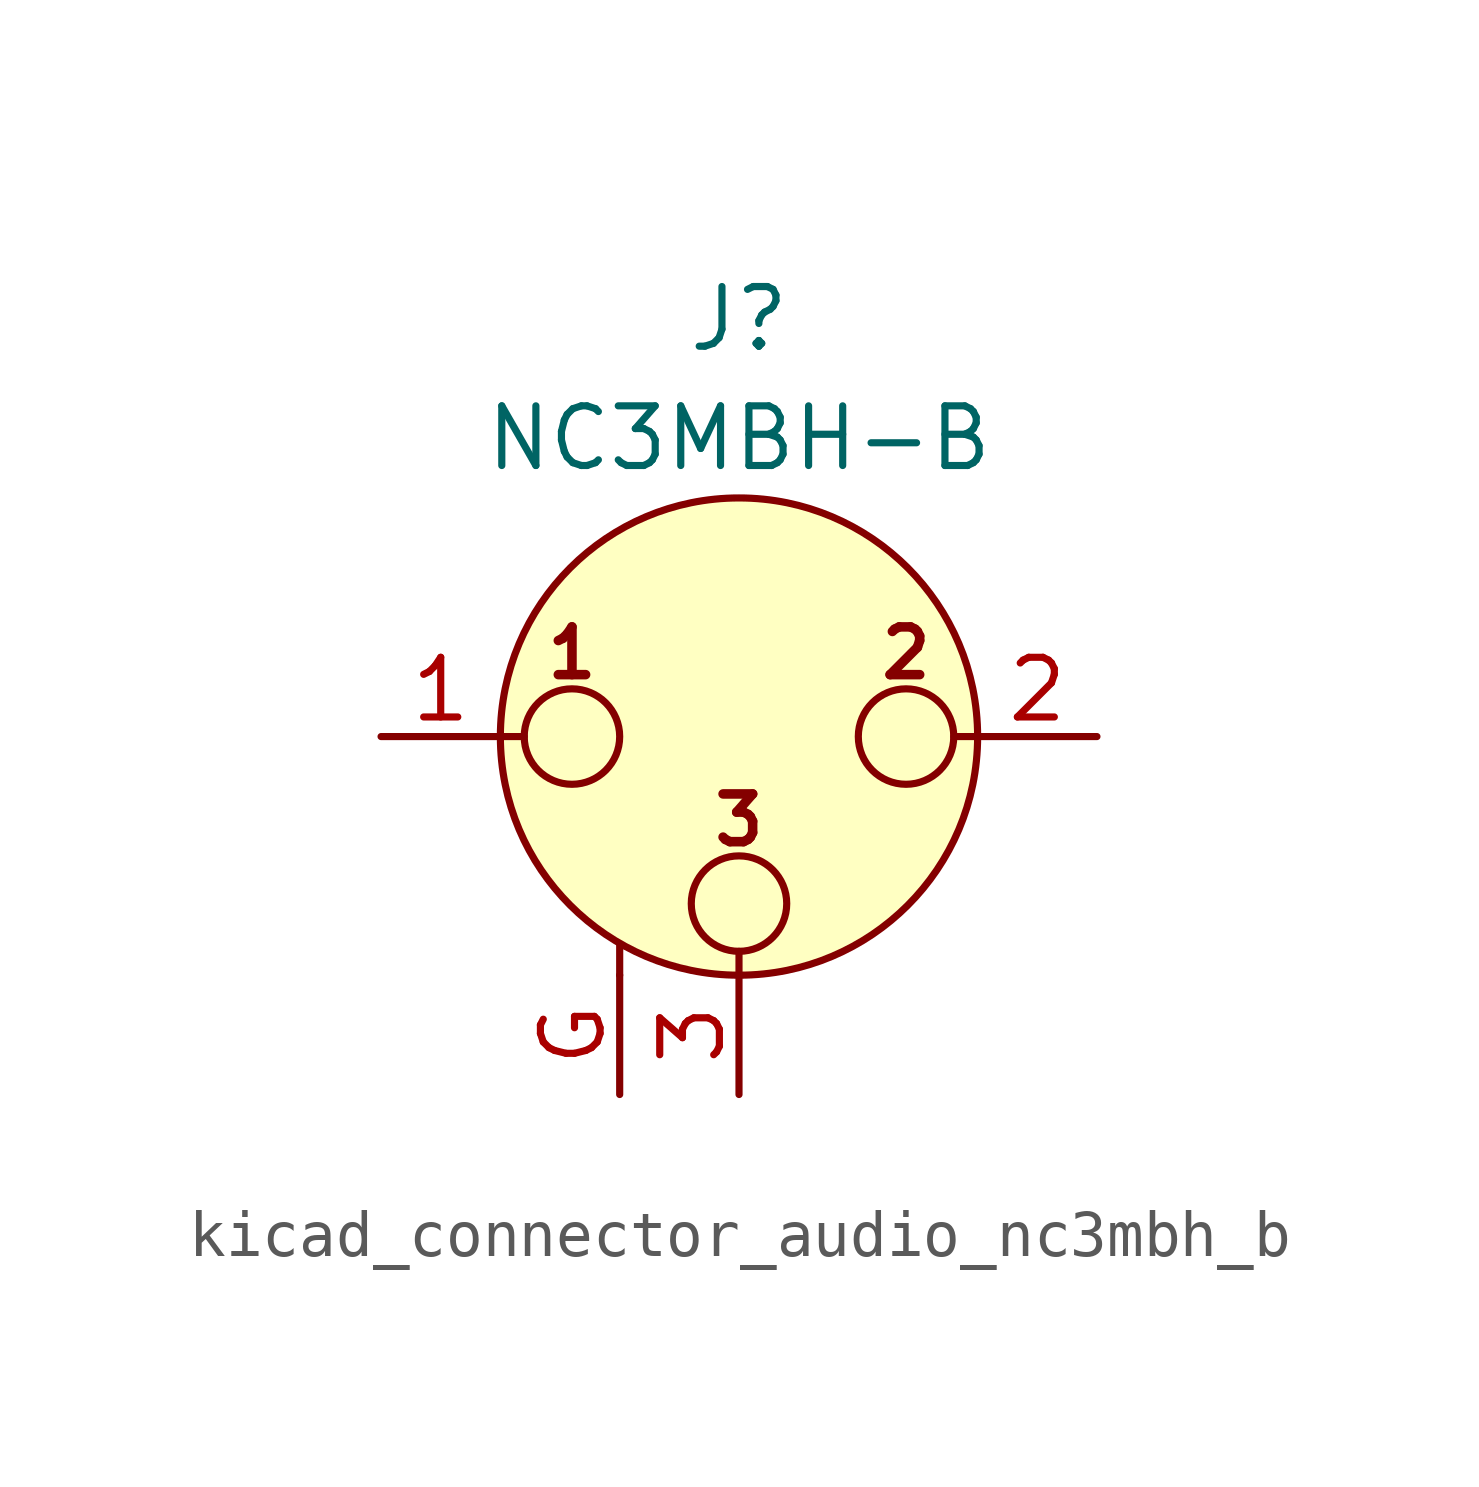
<source format=kicad_sym>
(kicad_symbol_lib
  (version 20220914)
  (generator kicad_symbol_editor)
  (symbol "kicad_connector_audio_nc3mbh_b"
    (pin_names hide)
    (property "Reference" "J"
      (at 0 8.89 0)
      (effects (font (size 1.27 1.27))))
    (property "Value" "NC3MBH-B"
      (at 0 6.35 0)
      (effects (font (size 1.27 1.27))))
    (symbol "kicad_connector_audio_nc3mbh_b_0_1"
      (circle (center -3.556 0) (radius 1.016) (stroke (width 0) (type default)) (fill (type none)))
      (circle (center 0 -3.556) (radius 1.016) (stroke (width 0) (type default)) (fill (type none)))
      (polyline (pts (xy -5.08 0) (xy -4.572 0)) (stroke (width 0) (type default)) (fill (type none)))
      (polyline (pts (xy -2.54 -5.08) (xy -2.54 -4.445)) (stroke (width 0) (type default)) (fill (type none)))
      (polyline (pts (xy 0 -5.08) (xy 0 -4.572)) (stroke (width 0) (type default)) (fill (type none)))
      (polyline (pts (xy 5.08 0) (xy 4.572 0)) (stroke (width 0) (type default)) (fill (type none)))
      (circle (center 0 0) (radius 5.08) (stroke (width 0) (type default)) (fill (type background)))
      (circle (center 3.556 0) (radius 1.016) (stroke (width 0) (type default)) (fill (type none)))
      (text "1" (at -3.556 1.778 0) (effects (font (size 1.016 1.016) bold)))
      (text "2" (at 3.556 1.778 0) (effects (font (size 1.016 1.016) bold)))
      (text "3" (at 0 -1.778 0) (effects (font (size 1.016 1.016) bold)))
      (pin passive line (at -7.62 0 0) (length 2.54) (name "~" (effects (font (size 1.27 1.27)))) (number "1" (effects (font (size 1.27 1.27)))))
      (pin passive line (at 7.62 0 180) (length 2.54) (name "~" (effects (font (size 1.27 1.27)))) (number "2" (effects (font (size 1.27 1.27)))))
      (pin passive line (at 0 -7.62 90) (length 2.54) (name "~" (effects (font (size 1.27 1.27)))) (number "3" (effects (font (size 1.27 1.27))))))
    (symbol "kicad_connector_audio_nc3mbh_b_1_1"
      (pin passive line (at -2.54 -7.62 90) (length 2.54) (name "~" (effects (font (size 1.27 1.27)))) (number "G" (effects (font (size 1.27 1.27))))))))
</source>
